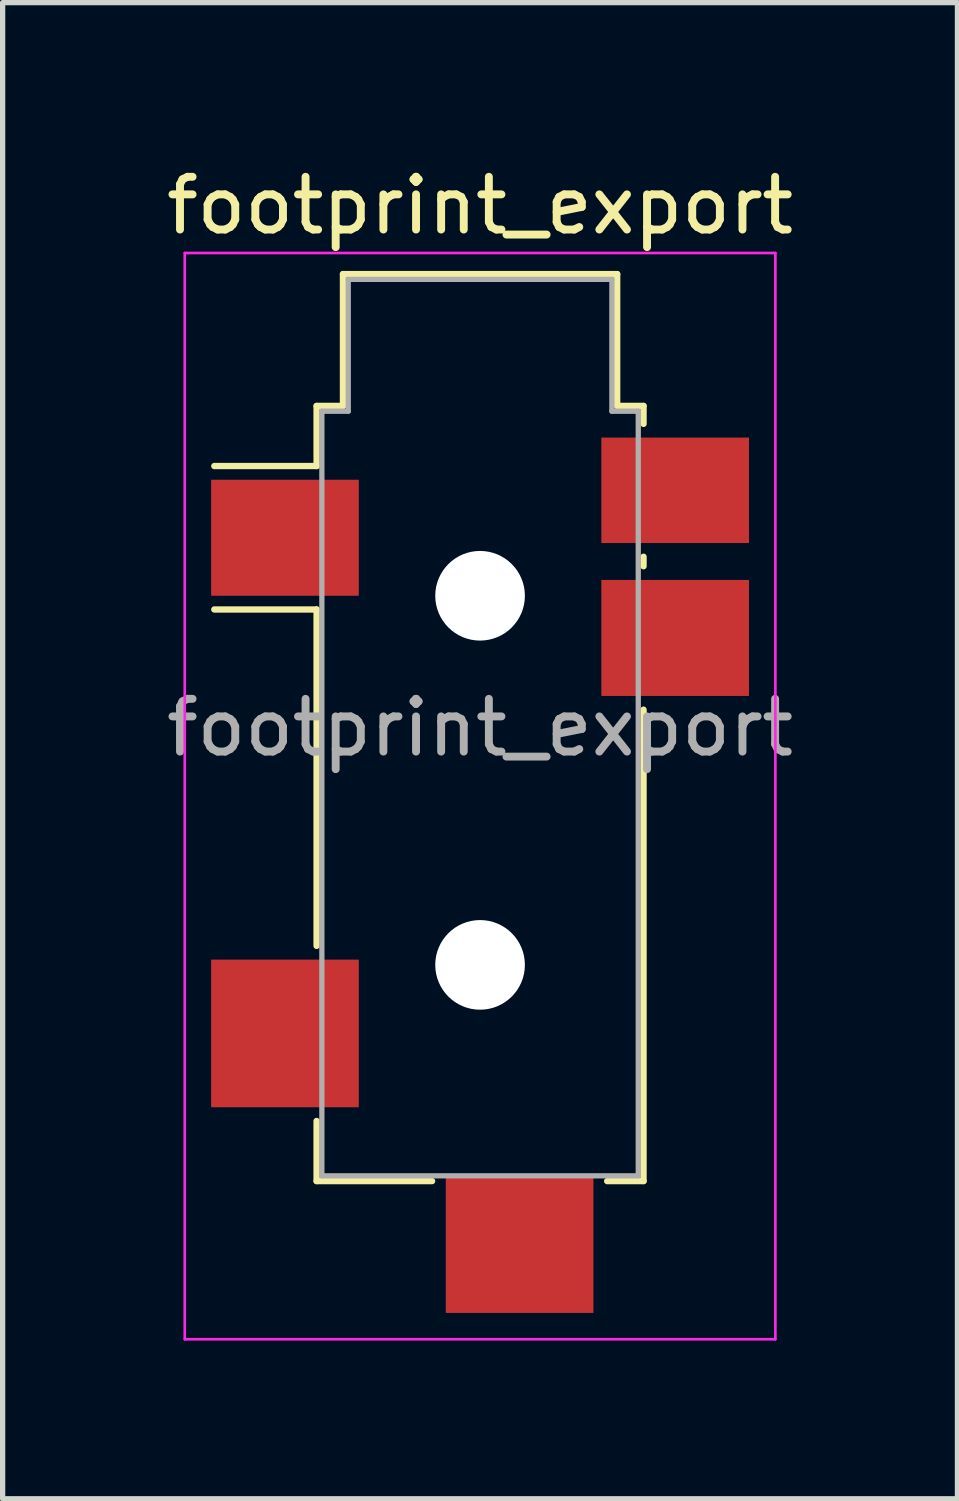
<source format=kicad_pcb>
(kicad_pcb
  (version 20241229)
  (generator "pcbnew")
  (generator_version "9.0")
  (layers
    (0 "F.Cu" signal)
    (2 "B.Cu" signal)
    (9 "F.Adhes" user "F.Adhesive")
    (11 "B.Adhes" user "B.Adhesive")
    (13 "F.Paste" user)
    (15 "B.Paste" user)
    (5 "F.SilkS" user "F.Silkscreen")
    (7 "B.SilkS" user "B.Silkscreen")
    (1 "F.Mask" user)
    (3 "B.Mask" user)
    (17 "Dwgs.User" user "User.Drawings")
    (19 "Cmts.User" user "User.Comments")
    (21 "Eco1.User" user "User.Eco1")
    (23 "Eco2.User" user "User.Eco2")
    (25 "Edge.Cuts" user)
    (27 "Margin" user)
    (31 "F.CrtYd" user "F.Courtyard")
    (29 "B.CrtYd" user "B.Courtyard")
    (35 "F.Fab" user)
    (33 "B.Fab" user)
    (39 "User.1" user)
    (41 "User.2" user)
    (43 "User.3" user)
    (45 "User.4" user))
  (footprint "footprint_export"
    (layer "F.Cu")
    (at 6.054 10.748)
    (property "Reference" "footprint_export" (at 0 -9.9 0) (layer "F.SilkS") (effects (font (size 1 1) (thickness 0.15))))
    (attr smd)
    (fp_line (start -3.1 -6.1) (end -2.6 -6.1) (stroke (width 0.12) (type solid)) (layer "F.SilkS"))
    (fp_line (start -3.1 -4.96) (end -5.04 -4.96) (stroke (width 0.12) (type solid)) (layer "F.SilkS"))
    (fp_line (start -3.1 -4.96) (end -3.1 -6.1) (stroke (width 0.12) (type solid)) (layer "F.SilkS"))
    (fp_line (start -3.1 -2.24) (end -5.04 -2.24) (stroke (width 0.12) (type solid)) (layer "F.SilkS"))
    (fp_line (start -3.1 4.14) (end -3.1 -2.24) (stroke (width 0.12) (type solid)) (layer "F.SilkS"))
    (fp_line (start -3.1 8.6) (end -3.1 7.46) (stroke (width 0.12) (type solid)) (layer "F.SilkS"))
    (fp_line (start -2.6 -8.6) (end 2.6 -8.6) (stroke (width 0.12) (type solid)) (layer "F.SilkS"))
    (fp_line (start -2.6 -6.1) (end -2.6 -8.6) (stroke (width 0.12) (type solid)) (layer "F.SilkS"))
    (fp_line (start -0.91 8.6) (end -3.1 8.6) (stroke (width 0.12) (type solid)) (layer "F.SilkS"))
    (fp_line (start 2.6 -8.6) (end 2.6 -6.1) (stroke (width 0.12) (type solid)) (layer "F.SilkS"))
    (fp_line (start 2.6 -6.1) (end 3.1 -6.1) (stroke (width 0.12) (type solid)) (layer "F.SilkS"))
    (fp_line (start 3.1 -6.1) (end 3.1 -5.76) (stroke (width 0.12) (type solid)) (layer "F.SilkS"))
    (fp_line (start 3.1 -3.24) (end 3.1 -3.06) (stroke (width 0.12) (type solid)) (layer "F.SilkS"))
    (fp_line (start 3.1 -0.34) (end 3.1 8.6) (stroke (width 0.12) (type solid)) (layer "F.SilkS"))
    (fp_line (start 3.1 8.6) (end 2.41 8.6) (stroke (width 0.12) (type solid)) (layer "F.SilkS"))
    (fp_line (start -5.6 -9) (end 5.6 -9) (stroke (width 0.05) (type solid)) (layer "F.CrtYd"))
    (fp_line (start -5.6 11.6) (end -5.6 -9) (stroke (width 0.05) (type solid)) (layer "F.CrtYd"))
    (fp_line (start 5.6 -9) (end 5.6 11.6) (stroke (width 0.05) (type solid)) (layer "F.CrtYd"))
    (fp_line (start 5.6 11.6) (end -5.6 11.6) (stroke (width 0.05) (type solid)) (layer "F.CrtYd"))
    (fp_line (start -3 -6) (end -2.5 -6) (stroke (width 0.1) (type solid)) (layer "F.Fab"))
    (fp_line (start -3 8.5) (end -3 -6) (stroke (width 0.1) (type solid)) (layer "F.Fab"))
    (fp_line (start -2.5 -8.5) (end 2.5 -8.5) (stroke (width 0.1) (type solid)) (layer "F.Fab"))
    (fp_line (start -2.5 -6) (end -2.5 -8.5) (stroke (width 0.1) (type solid)) (layer "F.Fab"))
    (fp_line (start 2.5 -8.5) (end 2.5 -6) (stroke (width 0.1) (type solid)) (layer "F.Fab"))
    (fp_line (start 2.5 -6) (end 3 -6) (stroke (width 0.1) (type solid)) (layer "F.Fab"))
    (fp_line (start 3 -6) (end 3 8.5) (stroke (width 0.1) (type solid)) (layer "F.Fab"))
    (fp_line (start 3 8.5) (end -3 8.5) (stroke (width 0.1) (type solid)) (layer "F.Fab"))
    (fp_text user "${REFERENCE}" (at 0 0 0) (layer "F.Fab") (effects (font (size 1 1) (thickness 0.15))))
    (pad "" np_thru_hole circle (at 0 -2.5) (size 1.7 1.7) (drill 1.7) (layers "*.Cu" "*.Mask"))
    (pad "" np_thru_hole circle (at 0 4.5) (size 1.7 1.7) (drill 1.7) (layers "*.Cu" "*.Mask"))
    (pad "R" smd rect (at 3.7 -1.7) (size 2.8 2.2) (layers "F.Cu" "F.Mask" "F.Paste"))
    (pad "RN" smd rect (at 3.7 -4.5) (size 2.8 2) (layers "F.Cu" "F.Mask" "F.Paste"))
    (pad "S" smd rect (at -3.7 -3.6) (size 2.8 2.2) (layers "F.Cu" "F.Mask" "F.Paste"))
    (pad "T" smd rect (at -3.7 5.8) (size 2.8 2.8) (layers "F.Cu" "F.Mask" "F.Paste"))
    (pad "TN" smd rect (at 0.75 9.8) (size 2.8 2.6) (layers "F.Cu" "F.Mask" "F.Paste")))
  (gr_rect
    (start -3 -3)
    (end 15.107 25.373)
    (stroke (width 0.1) (type default))
    (fill no)
    (layer "Edge.Cuts")))
</source>
